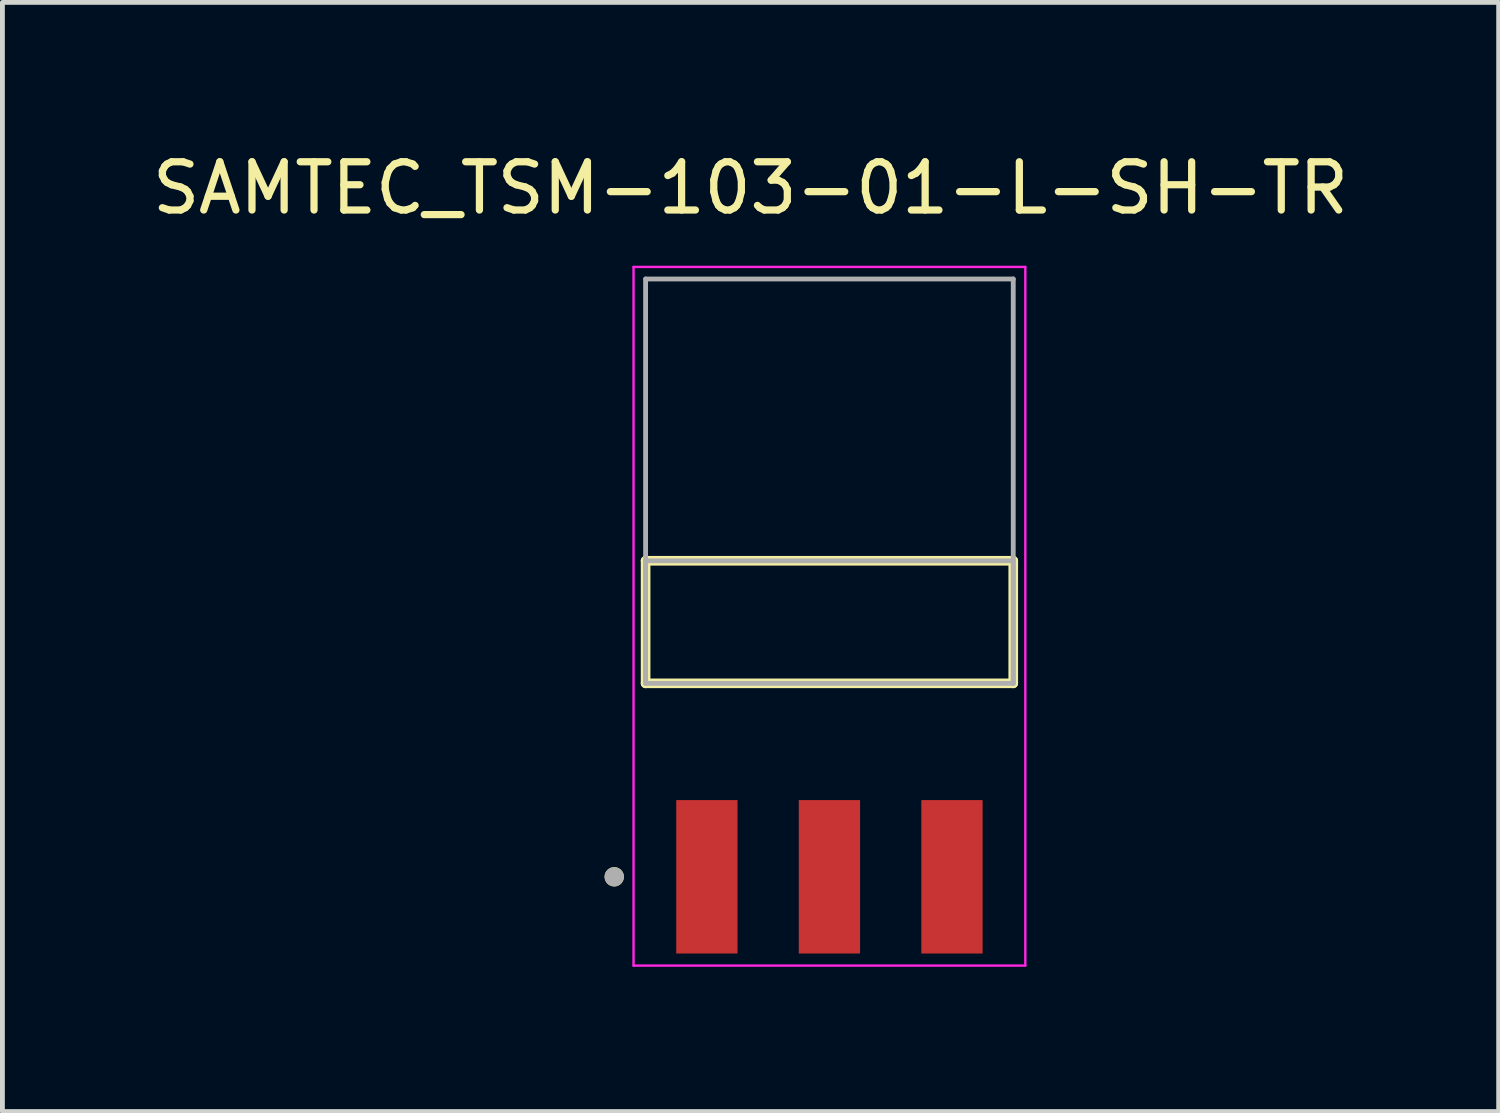
<source format=kicad_pcb>
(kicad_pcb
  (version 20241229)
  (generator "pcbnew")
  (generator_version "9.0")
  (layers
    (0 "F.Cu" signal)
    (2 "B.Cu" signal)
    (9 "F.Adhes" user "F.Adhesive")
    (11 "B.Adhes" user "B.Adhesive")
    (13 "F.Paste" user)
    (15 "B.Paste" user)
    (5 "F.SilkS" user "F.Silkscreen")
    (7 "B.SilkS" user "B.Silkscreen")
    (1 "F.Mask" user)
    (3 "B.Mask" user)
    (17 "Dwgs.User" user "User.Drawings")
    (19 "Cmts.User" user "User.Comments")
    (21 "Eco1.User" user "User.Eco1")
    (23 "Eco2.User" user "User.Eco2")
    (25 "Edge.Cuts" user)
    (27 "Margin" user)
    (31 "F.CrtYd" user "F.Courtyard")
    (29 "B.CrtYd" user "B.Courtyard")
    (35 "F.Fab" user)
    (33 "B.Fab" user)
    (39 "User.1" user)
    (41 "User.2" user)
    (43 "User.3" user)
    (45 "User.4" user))
  (footprint "SAMTEC_TSM-103-01-L-SH-TR"
    (layer "F.Cu")
    (at 14.141 9.843)
    (property "Reference" "SAMTEC_TSM-103-01-L-SH-TR" (at -1.635 -8.995 0) (layer "F.SilkS") (effects (font (size 1 1) (thickness 0.15))))
    (attr smd)
    (fp_line (start -3.81 1.27) (end -3.81 -1.27) (stroke (width 0.2) (type solid)) (layer "F.SilkS"))
    (fp_line (start 3.81 -1.27) (end -3.81 -1.27) (stroke (width 0.2) (type solid)) (layer "F.SilkS"))
    (fp_line (start 3.81 -1.27) (end 3.81 1.27) (stroke (width 0.2) (type solid)) (layer "F.SilkS"))
    (fp_line (start 3.81 1.27) (end -3.81 1.27) (stroke (width 0.2) (type solid)) (layer "F.SilkS"))
    (fp_circle (center -4.46 5.28) (end -4.36 5.28) (stroke (width 0.2) (type solid)) (fill no) (layer "F.SilkS"))
    (fp_line (start -4.06 -7.36) (end 4.06 -7.36) (stroke (width 0.05) (type solid)) (layer "F.CrtYd"))
    (fp_line (start -4.06 7.12) (end -4.06 -7.36) (stroke (width 0.05) (type solid)) (layer "F.CrtYd"))
    (fp_line (start 4.06 -7.36) (end 4.06 7.12) (stroke (width 0.05) (type solid)) (layer "F.CrtYd"))
    (fp_line (start 4.06 7.12) (end -4.06 7.12) (stroke (width 0.05) (type solid)) (layer "F.CrtYd"))
    (fp_line (start -3.81 -7.11) (end 3.81 -7.11) (stroke (width 0.1) (type solid)) (layer "F.Fab"))
    (fp_line (start -3.81 -1.27) (end 3.81 -1.27) (stroke (width 0.1) (type solid)) (layer "F.Fab"))
    (fp_line (start -3.81 1.27) (end -3.81 -7.11) (stroke (width 0.1) (type solid)) (layer "F.Fab"))
    (fp_line (start -3.81 1.27) (end -3.81 -1.27) (stroke (width 0.1) (type solid)) (layer "F.Fab"))
    (fp_line (start 3.81 -7.11) (end 3.81 1.27) (stroke (width 0.1) (type solid)) (layer "F.Fab"))
    (fp_line (start 3.81 -1.27) (end 3.81 1.27) (stroke (width 0.1) (type solid)) (layer "F.Fab"))
    (fp_line (start 3.81 1.27) (end -3.81 1.27) (stroke (width 0.1) (type solid)) (layer "F.Fab"))
    (fp_circle (center -4.46 5.28) (end -4.36 5.28) (stroke (width 0.2) (type solid)) (fill no) (layer "F.Fab"))
    (pad "1" smd rect (at -2.54 5.28) (size 1.27 3.18) (layers "F.Cu" "F.Mask" "F.Paste"))
    (pad "2" smd rect (at 0 5.28) (size 1.27 3.18) (layers "F.Cu" "F.Mask" "F.Paste"))
    (pad "3" smd rect (at 2.54 5.28) (size 1.27 3.18) (layers "F.Cu" "F.Mask" "F.Paste")))
  (gr_rect
    (start -3 -3)
    (end 28.012 19.988)
    (stroke (width 0.1) (type default))
    (fill no)
    (layer "Edge.Cuts")))
</source>
